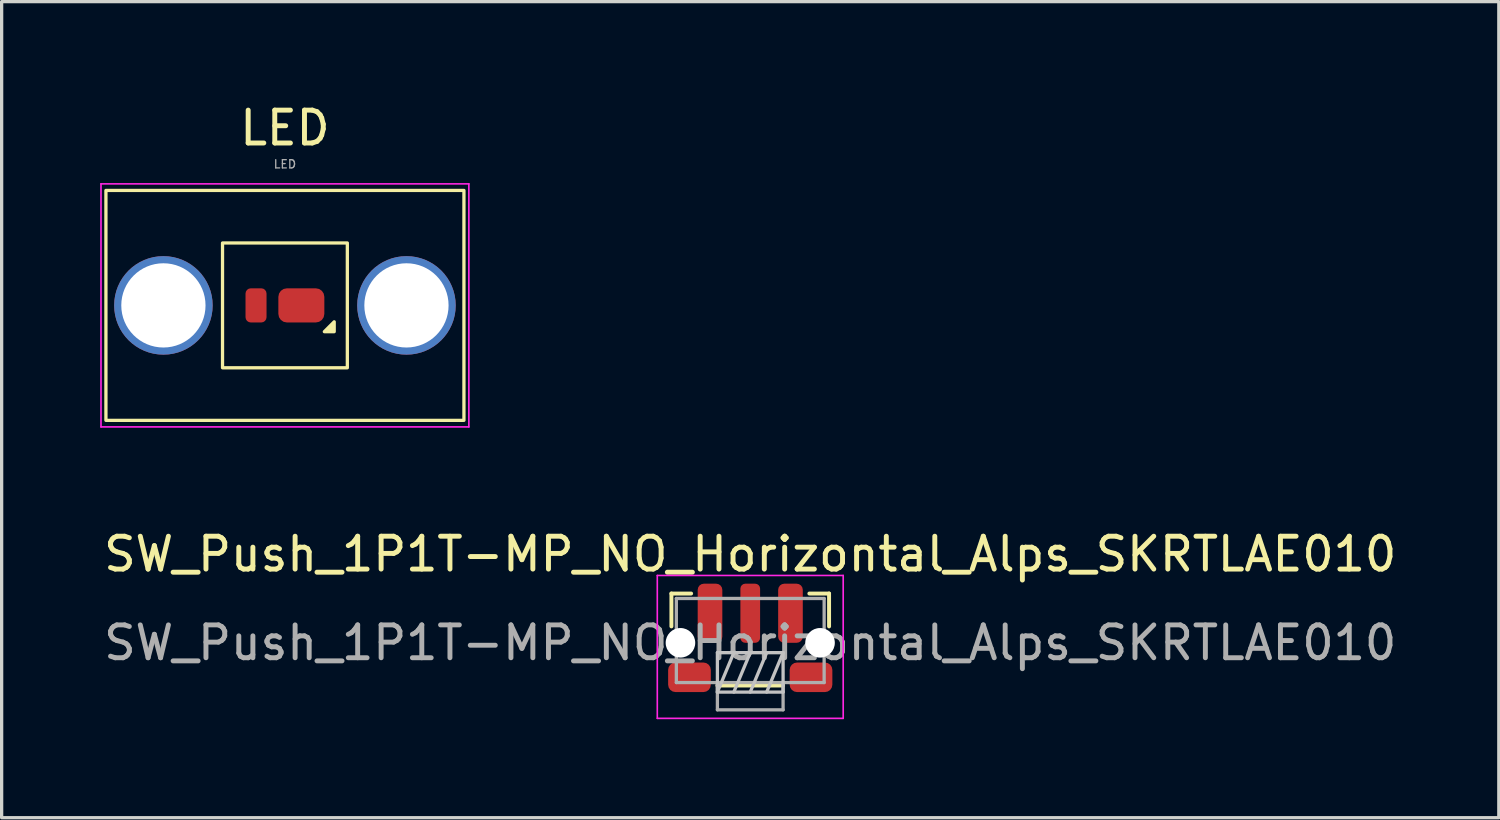
<source format=kicad_pcb>
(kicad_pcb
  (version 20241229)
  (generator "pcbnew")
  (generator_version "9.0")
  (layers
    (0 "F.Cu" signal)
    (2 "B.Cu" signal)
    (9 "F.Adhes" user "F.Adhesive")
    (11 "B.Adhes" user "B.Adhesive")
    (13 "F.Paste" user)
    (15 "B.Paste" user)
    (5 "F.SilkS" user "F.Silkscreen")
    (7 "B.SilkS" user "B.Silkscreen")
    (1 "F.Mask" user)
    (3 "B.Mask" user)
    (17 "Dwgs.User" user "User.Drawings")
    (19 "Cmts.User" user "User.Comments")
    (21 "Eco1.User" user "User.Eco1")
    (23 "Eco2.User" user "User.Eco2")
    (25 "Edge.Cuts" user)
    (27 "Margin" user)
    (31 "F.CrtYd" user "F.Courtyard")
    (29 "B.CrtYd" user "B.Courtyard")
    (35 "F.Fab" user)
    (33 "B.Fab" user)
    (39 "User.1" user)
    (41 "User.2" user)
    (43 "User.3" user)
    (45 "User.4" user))
  (footprint "SW_Push_1P1T-MP_NO_Horizontal_Alps_SKRTLAE010"
    (layer "F.Cu")
    (at 19.792 16.521)
    (property "Reference" "SW_Push_1P1T-MP_NO_Horizontal_Alps_SKRTLAE010" (at 0 -2.7 180) (layer "F.SilkS") (effects (font (size 1 1) (thickness 0.15))))
    (attr smd)
    (fp_line (start -2.4 -1.5) (end -2.4 -0.5) (stroke (width 0.12) (type solid)) (layer "F.SilkS"))
    (fp_line (start -1.8 -1.5) (end -2.4 -1.5) (stroke (width 0.12) (type solid)) (layer "F.SilkS"))
    (fp_line (start -1 1.3) (end 1 1.3) (stroke (width 0.12) (type solid)) (layer "F.SilkS"))
    (fp_line (start 1.8 -1.5) (end 2.4 -1.5) (stroke (width 0.12) (type solid)) (layer "F.SilkS"))
    (fp_line (start 2.4 -1.5) (end 2.4 -0.5) (stroke (width 0.12) (type solid)) (layer "F.SilkS"))
    (fp_line (start -1 0.3) (end -1 1.5) (stroke (width 0.1) (type solid)) (layer "Dwgs.User"))
    (fp_line (start -1 1.5) (end -0.5 0.3) (stroke (width 0.1) (type solid)) (layer "Dwgs.User"))
    (fp_line (start -1 1.5) (end 1 1.5) (stroke (width 0.1) (type solid)) (layer "Dwgs.User"))
    (fp_line (start -0.5 1.5) (end 0 0.3) (stroke (width 0.1) (type solid)) (layer "Dwgs.User"))
    (fp_line (start 0 1.5) (end 0.5 0.3) (stroke (width 0.1) (type solid)) (layer "Dwgs.User"))
    (fp_line (start 0.5 1.5) (end 1 0.3) (stroke (width 0.1) (type solid)) (layer "Dwgs.User"))
    (fp_line (start 1 0.3) (end -1 0.3) (stroke (width 0.1) (type solid)) (layer "Dwgs.User"))
    (fp_line (start 1 1.5) (end 1 0.3) (stroke (width 0.1) (type solid)) (layer "Dwgs.User"))
    (fp_line (start -2.83 -2.05) (end -2.83 2.3) (stroke (width 0.05) (type solid)) (layer "F.CrtYd"))
    (fp_line (start -2.83 -2.05) (end 2.83 -2.05) (stroke (width 0.05) (type solid)) (layer "F.CrtYd"))
    (fp_line (start -2.83 2.3) (end 2.83 2.3) (stroke (width 0.05) (type solid)) (layer "F.CrtYd"))
    (fp_line (start 2.83 -2.05) (end 2.83 2.3) (stroke (width 0.05) (type solid)) (layer "F.CrtYd"))
    (fp_line (start -2.25 -1.35) (end -2.25 1.21) (stroke (width 0.1) (type solid)) (layer "F.Fab"))
    (fp_line (start -2.25 -1.35) (end 2.25 -1.35) (stroke (width 0.1) (type solid)) (layer "F.Fab"))
    (fp_line (start -2.25 1.21) (end 2.25 1.21) (stroke (width 0.1) (type solid)) (layer "F.Fab"))
    (fp_line (start -1 2.04) (end -1 1.21) (stroke (width 0.1) (type solid)) (layer "F.Fab"))
    (fp_line (start -1 2.04) (end 1 2.04) (stroke (width 0.1) (type solid)) (layer "F.Fab"))
    (fp_line (start 1 2.04) (end 1 1.21) (stroke (width 0.1) (type solid)) (layer "F.Fab"))
    (fp_line (start 2.25 -1.35) (end 2.25 1.21) (stroke (width 0.1) (type solid)) (layer "F.Fab"))
    (fp_text user "${REFERENCE}" (at 0 0 0) (layer "F.Fab") (effects (font (size 1 1) (thickness 0.15))))
    (pad "" np_thru_hole circle (at -2.125 0) (size 0.9 0.9) (drill 0.9) (layers "*.Cu" "*.Mask"))
    (pad "" smd roundrect (at -1.85 1.05) (size 1.3 0.9) (layers "F.Cu" "F.Mask" "F.Paste") (roundrect_rratio 0.25))
    (pad "" smd roundrect (at 1.85 1.05) (size 1.3 0.9) (layers "F.Cu" "F.Mask" "F.Paste") (roundrect_rratio 0.25))
    (pad "" np_thru_hole circle (at 2.125 0) (size 0.9 0.9) (drill 0.9) (layers "*.Cu" "*.Mask"))
    (pad "1" smd roundrect (at -1.225 -0.9) (size 0.75 1.8) (layers "F.Cu" "F.Mask" "F.Paste") (roundrect_rratio 0.25))
    (pad "1" smd roundrect (at 1.225 -0.9) (size 0.75 1.8) (layers "F.Cu" "F.Mask" "F.Paste") (roundrect_rratio 0.25))
    (pad "2" smd roundrect (at 0 -0.9) (size 0.6 1.8) (layers "F.Cu" "F.Mask" "F.Paste") (roundrect_rratio 0.25)))
  (footprint "LED"
    (layer "F.Cu")
    (at 5.625 6.248)
    (property "Reference" "LED" (at 0 -5.4 0) (layer "F.SilkS") (effects (font (size 1 1) (thickness 0.15))))
    (attr smd)
    (fp_rect (start -5.45 3.5) (end 5.45 -3.5) (stroke (width 0.1) (type default)) (fill no) (layer "F.SilkS"))
    (fp_rect (start -1.9 -1.9) (end 1.9 1.9) (stroke (width 0.1) (type default)) (fill no) (layer "F.SilkS"))
    (fp_poly (pts (xy 1.2 0.8) (xy 1.5 0.5) (xy 1.5 0.8)) (stroke (width 0.1) (type solid)) (fill yes) (layer "F.SilkS"))
    (fp_line (start -5.6 -3.7) (end -5.6 3.7) (stroke (width 0.05) (type default)) (layer "F.CrtYd"))
    (fp_line (start -5.6 -3.7) (end 5.6 -3.7) (stroke (width 0.05) (type solid)) (layer "F.CrtYd"))
    (fp_line (start 5.6 -3.7) (end 5.6 3.7) (stroke (width 0.05) (type default)) (layer "F.CrtYd"))
    (fp_line (start 5.6 3.7) (end -5.6 3.7) (stroke (width 0.05) (type solid)) (layer "F.CrtYd"))
    (fp_text user "${REFERENCE}" (at 0 -4.3 0) (layer "F.Fab") (effects (font (size 0.25 0.25) (thickness 0.04))))
    (pad "" thru_hole circle (at -3.7 0) (size 3 3) (drill 2.565) (layers "*.Cu" "*.Mask"))
    (pad "" thru_hole circle (at 3.7 0) (size 3 3) (drill 2.565) (layers "*.Cu" "*.Mask"))
    (pad "1" smd roundrect (at 0.5 0) (size 1.4 1.04) (layers "F.Cu" "F.Mask") (roundrect_rratio 0.25))
    (pad "2" smd roundrect (at -0.88 0) (size 0.64 1.04) (layers "F.Cu" "F.Mask") (roundrect_rratio 0.25)))
  (gr_rect
    (start -3 -3)
    (end 42.583 21.846)
    (stroke (width 0.1) (type default))
    (fill no)
    (layer "Edge.Cuts")))
</source>
